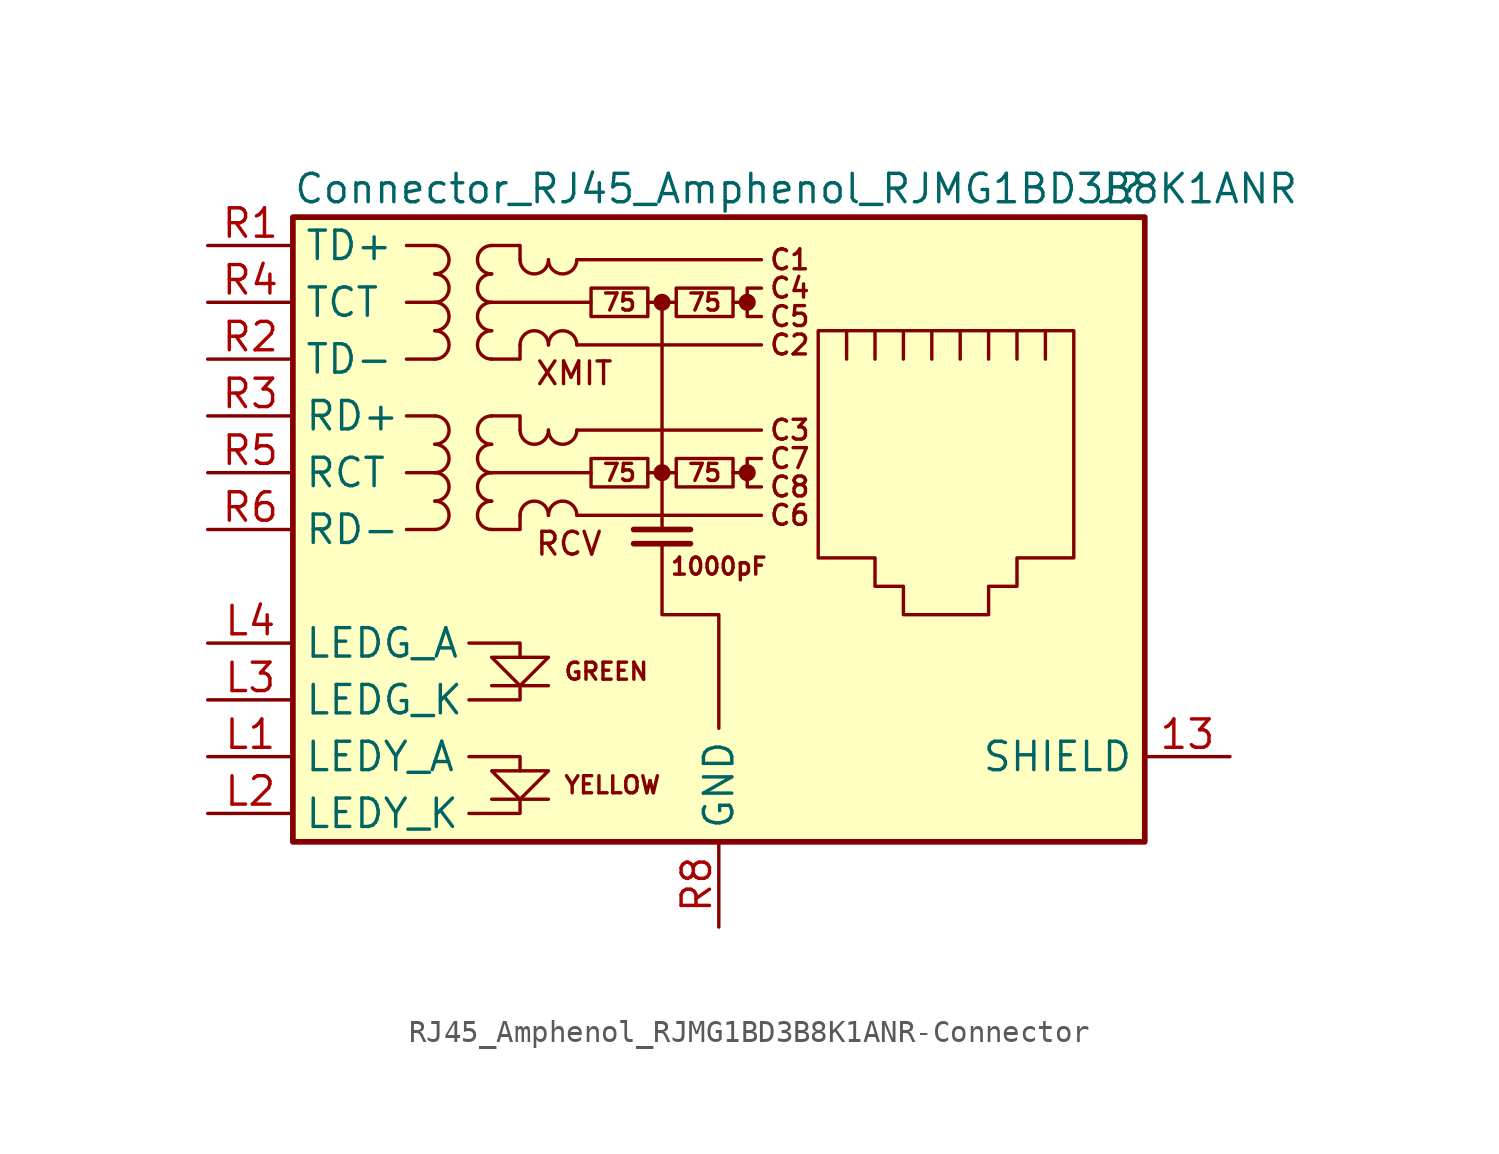
<source format=kicad_sym>
(kicad_symbol_lib
  (version 20220914)
  (generator kicad_symbol_editor)
  (symbol "RJ45_Amphenol_RJMG1BD3B8K1ANR-Connector"
    (property "Reference" "J"
      (at 19.05 15.24 0)
      (effects (font (size 1.27 1.27)) (justify right)))
    (property "Value" "Connector_RJ45_Amphenol_RJMG1BD3B8K1ANR"
      (at -19.05 15.24 0)
      (effects (font (size 1.27 1.27)) (justify left)))
    (symbol "RJ45_Amphenol_RJMG1BD3B8K1ANR-Connector_0_0"
      (circle (center -2.54 2.54) (radius 0.254) (stroke (width 0.254) (type solid)) (fill (type outline)))
      (circle (center -2.54 10.16) (radius 0.254) (stroke (width 0.254) (type solid)) (fill (type outline)))
      (polyline (pts (xy -7.62 -12.065) (xy -10.16 -12.065)) (stroke (width 0) (type solid)) (fill (type none)))
      (polyline (pts (xy -7.62 -6.985) (xy -10.16 -6.985)) (stroke (width 0) (type solid)) (fill (type none)))
      (polyline (pts (xy -2.54 10.16) (xy -2.54 0)) (stroke (width 0) (type solid)) (fill (type none)))
      (polyline (pts (xy -1.27 -0.635) (xy -3.81 -0.635)) (stroke (width 0.254) (type solid)) (fill (type none)))
      (polyline (pts (xy -1.27 0) (xy -3.81 0)) (stroke (width 0.254) (type solid)) (fill (type none)))
      (polyline (pts (xy 1.27 2.54) (xy 0.635 2.54)) (stroke (width 0) (type solid)) (fill (type none)))
      (polyline (pts (xy 1.27 10.16) (xy 0.635 10.16)) (stroke (width 0) (type solid)) (fill (type none)))
      (polyline (pts (xy -11.176 -12.7) (xy -8.89 -12.7) (xy -8.89 -12.065)) (stroke (width 0) (type solid)) (fill (type none)))
      (polyline (pts (xy -11.176 -10.16) (xy -8.89 -10.16) (xy -8.89 -10.795)) (stroke (width 0) (type solid)) (fill (type none)))
      (polyline (pts (xy -11.176 -5.08) (xy -8.89 -5.08) (xy -8.89 -5.715)) (stroke (width 0) (type solid)) (fill (type none)))
      (polyline (pts (xy -8.89 -6.985) (xy -8.89 -7.62) (xy -11.176 -7.62)) (stroke (width 0) (type solid)) (fill (type none)))
      (polyline (pts (xy -10.16 -5.715) (xy -7.62 -5.715) (xy -8.89 -6.985) (xy -10.16 -5.715)) (stroke (width 0) (type solid)) (fill (type none)))
      (polyline (pts (xy -7.62 -10.795) (xy -10.16 -10.795) (xy -8.89 -12.065) (xy -7.62 -10.795)) (stroke (width 0) (type solid)) (fill (type none)))
      (polyline (pts (xy -2.54 -0.635) (xy -2.54 -3.81) (xy 0 -3.81) (xy 0 -8.89)) (stroke (width 0) (type solid)) (fill (type none)))
      (polyline (pts (xy 1.905 3.175) (xy 1.27 3.175) (xy 1.27 1.905) (xy 1.905 1.905)) (stroke (width 0) (type solid)) (fill (type none)))
      (polyline (pts (xy 1.905 10.795) (xy 1.27 10.795) (xy 1.27 9.525) (xy 1.905 9.525)) (stroke (width 0) (type solid)) (fill (type none)))
      (circle (center 1.27 2.54) (radius 0.254) (stroke (width 0.254) (type solid)) (fill (type outline)))
      (circle (center 1.27 10.16) (radius 0.254) (stroke (width 0.254) (type solid)) (fill (type outline)))
      (text "1000pF" (at 0 -1.651 0) (effects (font (size 0.762 0.762))))
      (text "75" (at -4.445 2.54 0) (effects (font (size 0.762 0.762))))
      (text "75" (at -4.445 10.16 0) (effects (font (size 0.762 0.762))))
      (text "75" (at -0.635 2.54 0) (effects (font (size 0.762 0.762))))
      (text "75" (at -0.635 10.16 0) (effects (font (size 0.762 0.762))))
      (text "C1" (at 3.175 12.065 0) (effects (font (size 0.889 0.889))))
      (text "C2" (at 3.175 8.255 0) (effects (font (size 0.889 0.889))))
      (text "C3" (at 3.175 4.445 0) (effects (font (size 0.889 0.889))))
      (text "C4" (at 3.175 10.795 0) (effects (font (size 0.889 0.889))))
      (text "C5" (at 3.175 9.525 0) (effects (font (size 0.889 0.889))))
      (text "C6" (at 3.175 0.635 0) (effects (font (size 0.889 0.889))))
      (text "C7" (at 3.175 3.175 0) (effects (font (size 0.889 0.889))))
      (text "C8" (at 3.175 1.905 0) (effects (font (size 0.889 0.889))))
      (text "GREEN" (at -6.985 -6.35 0) (effects (font (size 0.762 0.762)) (justify left)))
      (text "RCV" (at -8.255 -0.635 0) (effects (font (size 1.016 1.016)) (justify left)))
      (text "XMIT" (at -8.255 6.985 0) (effects (font (size 1.016 1.016)) (justify left)))
      (text "YELLOW" (at -6.985 -11.43 0) (effects (font (size 0.762 0.762)) (justify left))))
    (symbol "RJ45_Amphenol_RJMG1BD3B8K1ANR-Connector_0_1"
      (rectangle (start -19.05 -13.97) (end 19.05 13.97) (stroke (width 0.254) (type solid)) (fill (type background)))
      (arc (start -12.7 0) (mid -12.065 0.635) (end -12.7 1.27) (stroke (width 0) (type solid)) (fill (type none)))
      (arc (start -12.7 1.27) (mid -12.065 1.905) (end -12.7 2.54) (stroke (width 0) (type solid)) (fill (type none)))
      (arc (start -12.7 2.54) (mid -12.065 3.175) (end -12.7 3.81) (stroke (width 0) (type solid)) (fill (type none)))
      (arc (start -12.7 3.81) (mid -12.065 4.445) (end -12.7 5.08) (stroke (width 0) (type solid)) (fill (type none)))
      (arc (start -12.7 7.62) (mid -12.065 8.255) (end -12.7 8.89) (stroke (width 0) (type solid)) (fill (type none)))
      (arc (start -12.7 8.89) (mid -12.065 9.525) (end -12.7 10.16) (stroke (width 0) (type solid)) (fill (type none)))
      (arc (start -12.7 10.16) (mid -12.065 10.795) (end -12.7 11.43) (stroke (width 0) (type solid)) (fill (type none)))
      (arc (start -12.7 11.43) (mid -12.065 12.065) (end -12.7 12.7) (stroke (width 0) (type solid)) (fill (type none)))
      (arc (start -10.16 1.27) (mid -10.795 0.635) (end -10.16 0) (stroke (width 0) (type solid)) (fill (type none)))
      (arc (start -10.16 2.54) (mid -10.795 1.905) (end -10.16 1.27) (stroke (width 0) (type solid)) (fill (type none)))
      (arc (start -10.16 3.81) (mid -10.795 3.175) (end -10.16 2.54) (stroke (width 0) (type solid)) (fill (type none)))
      (arc (start -10.16 5.08) (mid -10.795 4.445) (end -10.16 3.81) (stroke (width 0) (type solid)) (fill (type none)))
      (arc (start -10.16 8.89) (mid -10.795 8.255) (end -10.16 7.62) (stroke (width 0) (type solid)) (fill (type none)))
      (arc (start -10.16 10.16) (mid -10.795 9.525) (end -10.16 8.89) (stroke (width 0) (type solid)) (fill (type none)))
      (arc (start -10.16 11.43) (mid -10.795 10.795) (end -10.16 10.16) (stroke (width 0) (type solid)) (fill (type none)))
      (arc (start -10.16 12.7) (mid -10.795 12.065) (end -10.16 11.43) (stroke (width 0) (type solid)) (fill (type none)))
      (arc (start -8.89 4.445) (mid -8.255 3.81) (end -7.62 4.445) (stroke (width 0) (type solid)) (fill (type none)))
      (arc (start -8.89 12.065) (mid -8.255 11.43) (end -7.62 12.065) (stroke (width 0) (type solid)) (fill (type none)))
      (arc (start -7.62 0.635) (mid -8.255 1.27) (end -8.89 0.635) (stroke (width 0) (type solid)) (fill (type none)))
      (arc (start -7.62 4.445) (mid -6.985 3.81) (end -6.35 4.445) (stroke (width 0) (type solid)) (fill (type none)))
      (arc (start -7.62 8.255) (mid -8.255 8.89) (end -8.89 8.255) (stroke (width 0) (type solid)) (fill (type none)))
      (arc (start -7.62 12.065) (mid -6.985 11.43) (end -6.35 12.065) (stroke (width 0) (type solid)) (fill (type none)))
      (arc (start -6.35 0.635) (mid -6.985 1.27) (end -7.62 0.635) (stroke (width 0) (type solid)) (fill (type none)))
      (arc (start -6.35 8.255) (mid -6.985 8.89) (end -7.62 8.255) (stroke (width 0) (type solid)) (fill (type none)))
      (rectangle (start -5.715 3.175) (end -3.175 1.905) (stroke (width 0) (type solid)) (fill (type none)))
      (rectangle (start -5.715 10.795) (end -3.175 9.525) (stroke (width 0) (type solid)) (fill (type none)))
      (rectangle (start -1.905 3.175) (end 0.635 1.905) (stroke (width 0) (type solid)) (fill (type none)))
      (rectangle (start -1.905 10.795) (end 0.635 9.525) (stroke (width 0) (type solid)) (fill (type none)))
      (polyline (pts (xy -12.7 0) (xy -13.97 0)) (stroke (width 0) (type solid)) (fill (type none)))
      (polyline (pts (xy -12.7 2.54) (xy -13.97 2.54)) (stroke (width 0) (type solid)) (fill (type none)))
      (polyline (pts (xy -12.7 5.08) (xy -13.97 5.08)) (stroke (width 0) (type solid)) (fill (type none)))
      (polyline (pts (xy -12.7 7.62) (xy -13.97 7.62)) (stroke (width 0) (type solid)) (fill (type none)))
      (polyline (pts (xy -12.7 10.16) (xy -13.97 10.16)) (stroke (width 0) (type solid)) (fill (type none)))
      (polyline (pts (xy -12.7 12.7) (xy -13.97 12.7)) (stroke (width 0) (type solid)) (fill (type none)))
      (polyline (pts (xy -6.35 0.635) (xy 1.905 0.635)) (stroke (width 0) (type solid)) (fill (type none)))
      (polyline (pts (xy -6.35 4.445) (xy 1.905 4.445)) (stroke (width 0) (type solid)) (fill (type none)))
      (polyline (pts (xy -6.35 8.255) (xy 1.905 8.255)) (stroke (width 0) (type solid)) (fill (type none)))
      (polyline (pts (xy -6.35 12.065) (xy 1.905 12.065)) (stroke (width 0) (type solid)) (fill (type none)))
      (polyline (pts (xy -5.715 2.54) (xy -10.16 2.54)) (stroke (width 0) (type solid)) (fill (type none)))
      (polyline (pts (xy -5.715 10.16) (xy -10.16 10.16)) (stroke (width 0) (type solid)) (fill (type none)))
      (polyline (pts (xy -3.175 2.54) (xy -1.905 2.54)) (stroke (width 0) (type solid)) (fill (type none)))
      (polyline (pts (xy -3.175 10.16) (xy -1.905 10.16)) (stroke (width 0) (type solid)) (fill (type none)))
      (polyline (pts (xy 5.715 7.62) (xy 5.715 8.89)) (stroke (width 0) (type solid)) (fill (type none)))
      (polyline (pts (xy 6.985 8.89) (xy 6.985 7.62)) (stroke (width 0) (type solid)) (fill (type none)))
      (polyline (pts (xy 8.255 8.89) (xy 8.255 7.62)) (stroke (width 0) (type solid)) (fill (type none)))
      (polyline (pts (xy 9.525 8.89) (xy 9.525 7.62)) (stroke (width 0) (type solid)) (fill (type none)))
      (polyline (pts (xy 10.795 8.89) (xy 10.795 7.62)) (stroke (width 0) (type solid)) (fill (type none)))
      (polyline (pts (xy 12.065 8.89) (xy 12.065 7.62)) (stroke (width 0) (type solid)) (fill (type none)))
      (polyline (pts (xy 13.335 7.62) (xy 13.335 8.89)) (stroke (width 0) (type solid)) (fill (type none)))
      (polyline (pts (xy 14.605 7.62) (xy 14.605 8.89)) (stroke (width 0) (type solid)) (fill (type none)))
      (polyline (pts (xy -10.16 5.08) (xy -8.89 5.08) (xy -8.89 4.445)) (stroke (width 0) (type solid)) (fill (type none)))
      (polyline (pts (xy -10.16 12.7) (xy -8.89 12.7) (xy -8.89 12.065)) (stroke (width 0) (type solid)) (fill (type none)))
      (polyline (pts (xy -8.89 0.635) (xy -8.89 0) (xy -10.16 0)) (stroke (width 0) (type solid)) (fill (type none)))
      (polyline (pts (xy -8.89 8.255) (xy -8.89 7.62) (xy -10.16 7.62)) (stroke (width 0) (type solid)) (fill (type none)))
      (polyline (pts (xy 4.445 8.89) (xy 15.875 8.89) (xy 15.875 -1.27) (xy 13.335 -1.27) (xy 13.335 -2.54) (xy 12.065 -2.54) (xy 12.065 -3.81) (xy 8.255 -3.81) (xy 8.255 -2.54) (xy 6.985 -2.54) (xy 6.985 -1.27) (xy 4.445 -1.27) (xy 4.445 8.89)) (stroke (width 0) (type solid)) (fill (type none))))
    (symbol "RJ45_Amphenol_RJMG1BD3B8K1ANR-Connector_1_1"
      (pin passive line (at 22.86 -10.16 180) (length 3.81) (name "SHIELD" (effects (font (size 1.27 1.27)))) (number "13" (effects (font (size 1.27 1.27)))))
      (pin passive line (at -22.86 -10.16 0) (length 3.81) (name "LEDY_A" (effects (font (size 1.27 1.27)))) (number "L1" (effects (font (size 1.27 1.27)))))
      (pin passive line (at -22.86 -12.7 0) (length 3.81) (name "LEDY_K" (effects (font (size 1.27 1.27)))) (number "L2" (effects (font (size 1.27 1.27)))))
      (pin passive line (at -22.86 -7.62 0) (length 3.81) (name "LEDG_K" (effects (font (size 1.27 1.27)))) (number "L3" (effects (font (size 1.27 1.27)))))
      (pin passive line (at -22.86 -5.08 0) (length 3.81) (name "LEDG_A" (effects (font (size 1.27 1.27)))) (number "L4" (effects (font (size 1.27 1.27)))))
      (pin passive line (at -22.86 12.7 0) (length 3.81) (name "TD+" (effects (font (size 1.27 1.27)))) (number "R1" (effects (font (size 1.27 1.27)))))
      (pin passive line (at -22.86 7.62 0) (length 3.81) (name "TD-" (effects (font (size 1.27 1.27)))) (number "R2" (effects (font (size 1.27 1.27)))))
      (pin passive line (at -22.86 5.08 0) (length 3.81) (name "RD+" (effects (font (size 1.27 1.27)))) (number "R3" (effects (font (size 1.27 1.27)))))
      (pin passive line (at -22.86 10.16 0) (length 3.81) (name "TCT" (effects (font (size 1.27 1.27)))) (number "R4" (effects (font (size 1.27 1.27)))))
      (pin passive line (at -22.86 2.54 0) (length 3.81) (name "RCT" (effects (font (size 1.27 1.27)))) (number "R5" (effects (font (size 1.27 1.27)))))
      (pin passive line (at -22.86 0 0) (length 3.81) (name "RD-" (effects (font (size 1.27 1.27)))) (number "R6" (effects (font (size 1.27 1.27)))))
      (pin no_connect line (at 5.08 -5.08 0) (length 0) hide (name "NC" (effects (font (size 1.27 1.27)))) (number "R7" (effects (font (size 1.27 1.27)))))
      (pin power_in line (at 0 -17.78 90) (length 3.81) (name "GND" (effects (font (size 1.27 1.27)))) (number "R8" (effects (font (size 1.27 1.27))))))))
</source>
